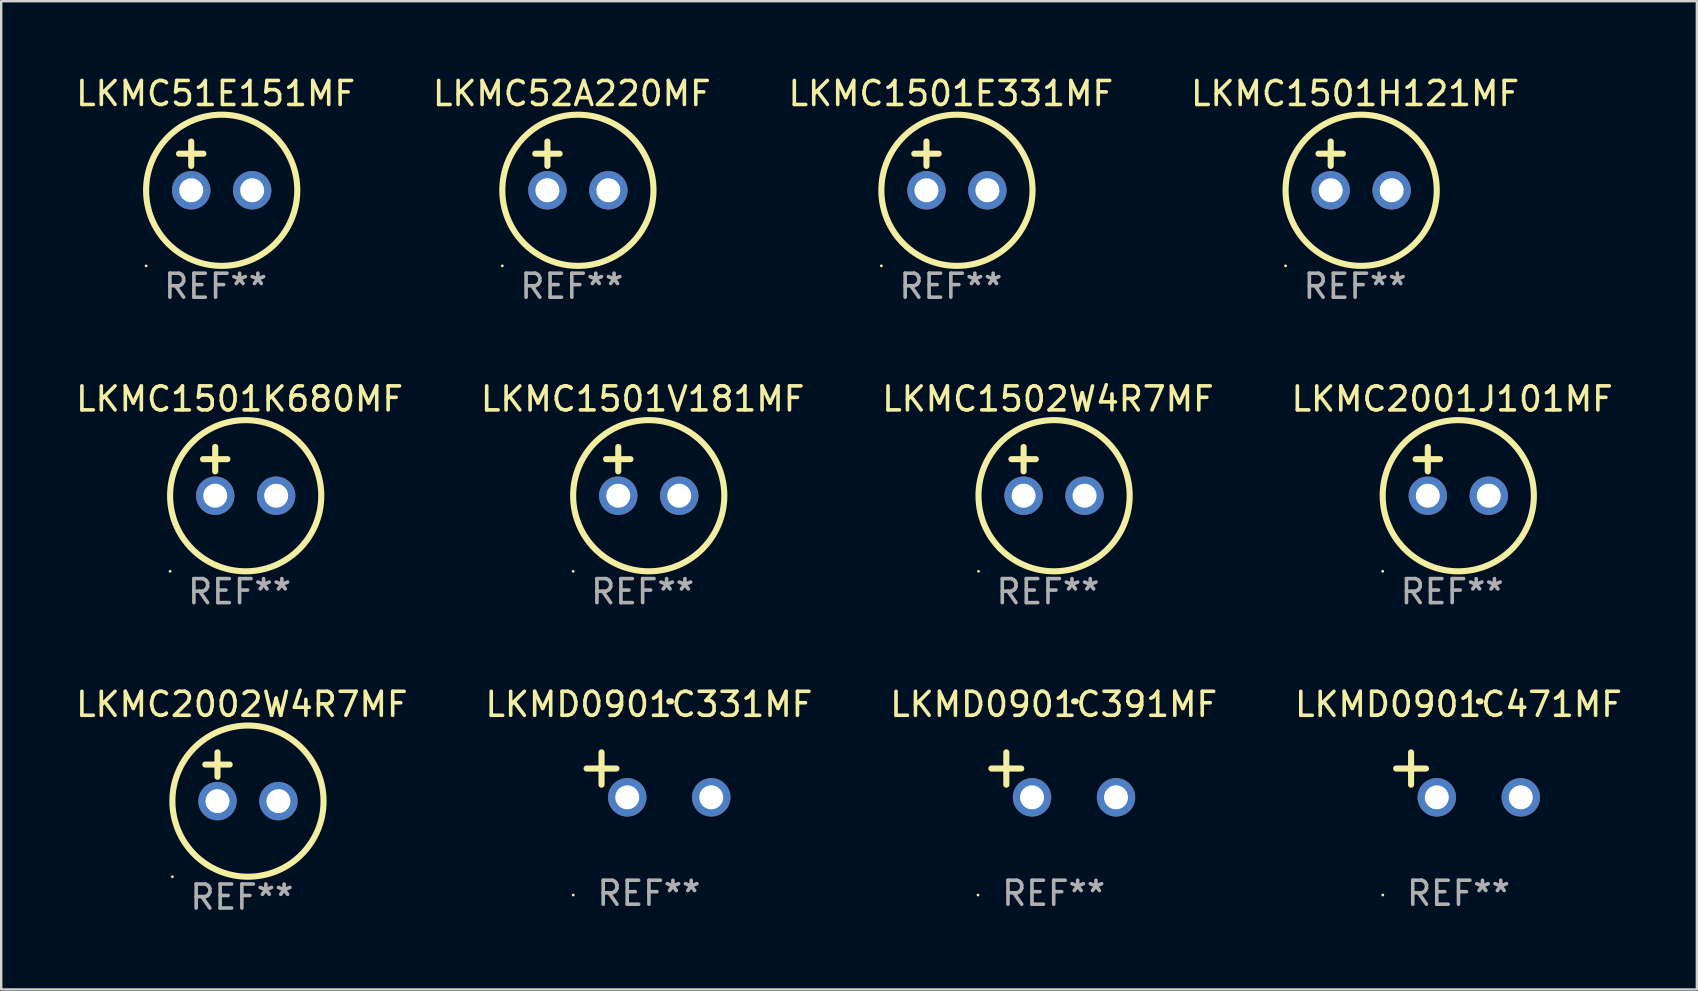
<source format=kicad_pcb>
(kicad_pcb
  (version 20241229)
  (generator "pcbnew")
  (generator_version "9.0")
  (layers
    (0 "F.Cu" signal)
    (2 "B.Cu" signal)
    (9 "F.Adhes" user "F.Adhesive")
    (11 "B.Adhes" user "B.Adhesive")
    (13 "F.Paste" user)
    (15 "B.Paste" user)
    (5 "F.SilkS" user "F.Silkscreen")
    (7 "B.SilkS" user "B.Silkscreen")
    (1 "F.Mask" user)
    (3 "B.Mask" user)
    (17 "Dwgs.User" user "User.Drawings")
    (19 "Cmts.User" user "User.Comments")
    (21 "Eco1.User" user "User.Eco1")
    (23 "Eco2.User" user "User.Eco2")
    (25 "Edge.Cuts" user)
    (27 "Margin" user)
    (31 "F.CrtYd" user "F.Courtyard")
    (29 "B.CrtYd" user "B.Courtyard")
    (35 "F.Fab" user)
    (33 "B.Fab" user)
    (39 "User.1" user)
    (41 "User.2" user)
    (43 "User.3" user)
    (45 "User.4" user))
  (footprint "LKMD0901C471MF"
    (layer "F.Cu")
    (at 57.732 29.242)
    (property "Reference" "LKMD0901C471MF" (at 0 -2.937 0) (layer "F.SilkS") (effects (font (size 1 1) (thickness 0.15))))
    (attr through_hole)
    (fp_line (start -1.975 0.41) (end -1.975 -0.937) (stroke (width 0.254) (type solid)) (layer "F.SilkS"))
    (fp_line (start -1.353 -0.263) (end -2.597 -0.263) (stroke (width 0.254) (type solid)) (layer "F.SilkS"))
    (fp_arc (start 0.849809 -3.063957) (mid 0.885369 -3.064114) (end 0.920929 -3.063957) (stroke (width 0.254001) (type solid)) (layer "F.SilkS"))
    (fp_circle (center -3.154 5.008) (end -3.124 5.008) (stroke (width 0.06) (type solid)) (fill no) (layer "F.SilkS"))
    (fp_text user "REF**" (at 0 4.937 0) (layer "F.Fab") (effects (font (size 1 1) (thickness 0.15))))
    (pad "1" thru_hole circle (at -0.903 0.937) (size 1.6 1.6) (drill 1) (layers "*.Cu" "*.Mask"))
    (pad "2" thru_hole circle (at 2.597 0.937) (size 1.6 1.6) (drill 1) (layers "*.Cu" "*.Mask")))
  (footprint "LKMC2002W4R7MF"
    (layer "F.Cu")
    (at 7.03 29.321)
    (property "Reference" "LKMC2002W4R7MF" (at 0 -3.016 0) (layer "F.SilkS") (effects (font (size 1 1) (thickness 0.15))))
    (attr through_hole)
    (fp_line (start -1.524 -0.508) (end -0.508 -0.508) (stroke (width 0.254) (type solid)) (layer "F.SilkS"))
    (fp_line (start -1.016 -1.016) (end -1.016 0) (stroke (width 0.254) (type solid)) (layer "F.SilkS"))
    (fp_circle (center -2.896 4.166) (end -2.866 4.166) (stroke (width 0.06) (type solid)) (fill no) (layer "F.SilkS"))
    (fp_circle (center 0.254 1.016) (end 3.404 1.016) (stroke (width 0.254) (type solid)) (fill no) (layer "F.SilkS"))
    (fp_text user "REF**" (at 0 5.016 0) (layer "F.Fab") (effects (font (size 1 1) (thickness 0.15))))
    (pad "1" thru_hole circle (at -1.016 1.016) (size 1.6 1.6) (drill 1) (layers "*.Cu" "*.Mask"))
    (pad "2" thru_hole circle (at 1.524 1.016) (size 1.6 1.6) (drill 1) (layers "*.Cu" "*.Mask")))
  (footprint "LKMD0901C331MF"
    (layer "F.Cu")
    (at 23.994 29.242)
    (property "Reference" "LKMD0901C331MF" (at 0 -2.937 0) (layer "F.SilkS") (effects (font (size 1 1) (thickness 0.15))))
    (attr through_hole)
    (fp_line (start -1.975 0.41) (end -1.975 -0.937) (stroke (width 0.254) (type solid)) (layer "F.SilkS"))
    (fp_line (start -1.353 -0.263) (end -2.597 -0.263) (stroke (width 0.254) (type solid)) (layer "F.SilkS"))
    (fp_arc (start 0.849809 -3.063957) (mid 0.885369 -3.064114) (end 0.920929 -3.063957) (stroke (width 0.254001) (type solid)) (layer "F.SilkS"))
    (fp_circle (center -3.154 5.008) (end -3.124 5.008) (stroke (width 0.06) (type solid)) (fill no) (layer "F.SilkS"))
    (fp_text user "REF**" (at 0 4.937 0) (layer "F.Fab") (effects (font (size 1 1) (thickness 0.15))))
    (pad "1" thru_hole circle (at -0.903 0.937) (size 1.6 1.6) (drill 1) (layers "*.Cu" "*.Mask"))
    (pad "2" thru_hole circle (at 2.597 0.937) (size 1.6 1.6) (drill 1) (layers "*.Cu" "*.Mask")))
  (footprint "LKMC2001J101MF"
    (layer "F.Cu")
    (at 57.47 16.593)
    (property "Reference" "LKMC2001J101MF" (at 0 -3.016 0) (layer "F.SilkS") (effects (font (size 1 1) (thickness 0.15))))
    (attr through_hole)
    (fp_line (start -1.524 -0.508) (end -0.508 -0.508) (stroke (width 0.254) (type solid)) (layer "F.SilkS"))
    (fp_line (start -1.016 -1.016) (end -1.016 0) (stroke (width 0.254) (type solid)) (layer "F.SilkS"))
    (fp_circle (center -2.896 4.166) (end -2.866 4.166) (stroke (width 0.06) (type solid)) (fill no) (layer "F.SilkS"))
    (fp_circle (center 0.254 1.016) (end 3.404 1.016) (stroke (width 0.254) (type solid)) (fill no) (layer "F.SilkS"))
    (fp_text user "REF**" (at 0 5.016 0) (layer "F.Fab") (effects (font (size 1 1) (thickness 0.15))))
    (pad "1" thru_hole circle (at -1.016 1.016) (size 1.6 1.6) (drill 1) (layers "*.Cu" "*.Mask"))
    (pad "2" thru_hole circle (at 1.524 1.016) (size 1.6 1.6) (drill 1) (layers "*.Cu" "*.Mask")))
  (footprint "LKMC1502W4R7MF"
    (layer "F.Cu")
    (at 40.625 16.593)
    (property "Reference" "LKMC1502W4R7MF" (at 0 -3.016 0) (layer "F.SilkS") (effects (font (size 1 1) (thickness 0.15))))
    (attr through_hole)
    (fp_line (start -1.524 -0.508) (end -0.508 -0.508) (stroke (width 0.254) (type solid)) (layer "F.SilkS"))
    (fp_line (start -1.016 -1.016) (end -1.016 0) (stroke (width 0.254) (type solid)) (layer "F.SilkS"))
    (fp_circle (center -2.896 4.166) (end -2.866 4.166) (stroke (width 0.06) (type solid)) (fill no) (layer "F.SilkS"))
    (fp_circle (center 0.254 1.016) (end 3.404 1.016) (stroke (width 0.254) (type solid)) (fill no) (layer "F.SilkS"))
    (fp_text user "REF**" (at 0 5.016 0) (layer "F.Fab") (effects (font (size 1 1) (thickness 0.15))))
    (pad "1" thru_hole circle (at -1.016 1.016) (size 1.6 1.6) (drill 1) (layers "*.Cu" "*.Mask"))
    (pad "2" thru_hole circle (at 1.524 1.016) (size 1.6 1.6) (drill 1) (layers "*.Cu" "*.Mask")))
  (footprint "LKMC1501E331MF"
    (layer "F.Cu")
    (at 36.577 3.864)
    (property "Reference" "LKMC1501E331MF" (at 0 -3.016 0) (layer "F.SilkS") (effects (font (size 1 1) (thickness 0.15))))
    (attr through_hole)
    (fp_line (start -1.524 -0.508) (end -0.508 -0.508) (stroke (width 0.254) (type solid)) (layer "F.SilkS"))
    (fp_line (start -1.016 -1.016) (end -1.016 0) (stroke (width 0.254) (type solid)) (layer "F.SilkS"))
    (fp_circle (center -2.896 4.166) (end -2.866 4.166) (stroke (width 0.06) (type solid)) (fill no) (layer "F.SilkS"))
    (fp_circle (center 0.254 1.016) (end 3.404 1.016) (stroke (width 0.254) (type solid)) (fill no) (layer "F.SilkS"))
    (fp_text user "REF**" (at 0 5.016 0) (layer "F.Fab") (effects (font (size 1 1) (thickness 0.15))))
    (pad "1" thru_hole circle (at -1.016 1.016) (size 1.6 1.6) (drill 1) (layers "*.Cu" "*.Mask"))
    (pad "2" thru_hole circle (at 1.524 1.016) (size 1.6 1.6) (drill 1) (layers "*.Cu" "*.Mask")))
  (footprint "LKMC1501K680MF"
    (layer "F.Cu")
    (at 6.935 16.593)
    (property "Reference" "LKMC1501K680MF" (at 0 -3.016 0) (layer "F.SilkS") (effects (font (size 1 1) (thickness 0.15))))
    (attr through_hole)
    (fp_line (start -1.524 -0.508) (end -0.508 -0.508) (stroke (width 0.254) (type solid)) (layer "F.SilkS"))
    (fp_line (start -1.016 -1.016) (end -1.016 0) (stroke (width 0.254) (type solid)) (layer "F.SilkS"))
    (fp_circle (center -2.896 4.166) (end -2.866 4.166) (stroke (width 0.06) (type solid)) (fill no) (layer "F.SilkS"))
    (fp_circle (center 0.254 1.016) (end 3.404 1.016) (stroke (width 0.254) (type solid)) (fill no) (layer "F.SilkS"))
    (fp_text user "REF**" (at 0 5.016 0) (layer "F.Fab") (effects (font (size 1 1) (thickness 0.15))))
    (pad "1" thru_hole circle (at -1.016 1.016) (size 1.6 1.6) (drill 1) (layers "*.Cu" "*.Mask"))
    (pad "2" thru_hole circle (at 1.524 1.016) (size 1.6 1.6) (drill 1) (layers "*.Cu" "*.Mask")))
  (footprint "LKMC51E151MF"
    (layer "F.Cu")
    (at 5.935 3.864)
    (property "Reference" "LKMC51E151MF" (at 0 -3.016 0) (layer "F.SilkS") (effects (font (size 1 1) (thickness 0.15))))
    (attr through_hole)
    (fp_line (start -1.524 -0.508) (end -0.508 -0.508) (stroke (width 0.254) (type solid)) (layer "F.SilkS"))
    (fp_line (start -1.016 -1.016) (end -1.016 0) (stroke (width 0.254) (type solid)) (layer "F.SilkS"))
    (fp_circle (center -2.896 4.166) (end -2.866 4.166) (stroke (width 0.06) (type solid)) (fill no) (layer "F.SilkS"))
    (fp_circle (center 0.254 1.016) (end 3.404 1.016) (stroke (width 0.254) (type solid)) (fill no) (layer "F.SilkS"))
    (fp_text user "REF**" (at 0 5.016 0) (layer "F.Fab") (effects (font (size 1 1) (thickness 0.15))))
    (pad "1" thru_hole circle (at -1.016 1.016) (size 1.6 1.6) (drill 1) (layers "*.Cu" "*.Mask"))
    (pad "2" thru_hole circle (at 1.524 1.016) (size 1.6 1.6) (drill 1) (layers "*.Cu" "*.Mask")))
  (footprint "LKMD0901C391MF"
    (layer "F.Cu")
    (at 40.863 29.242)
    (property "Reference" "LKMD0901C391MF" (at 0 -2.937 0) (layer "F.SilkS") (effects (font (size 1 1) (thickness 0.15))))
    (attr through_hole)
    (fp_line (start -1.975 0.41) (end -1.975 -0.937) (stroke (width 0.254) (type solid)) (layer "F.SilkS"))
    (fp_line (start -1.353 -0.263) (end -2.597 -0.263) (stroke (width 0.254) (type solid)) (layer "F.SilkS"))
    (fp_arc (start 0.849809 -3.063957) (mid 0.885369 -3.064114) (end 0.920929 -3.063957) (stroke (width 0.254001) (type solid)) (layer "F.SilkS"))
    (fp_circle (center -3.154 5.008) (end -3.124 5.008) (stroke (width 0.06) (type solid)) (fill no) (layer "F.SilkS"))
    (fp_text user "REF**" (at 0 4.937 0) (layer "F.Fab") (effects (font (size 1 1) (thickness 0.15))))
    (pad "1" thru_hole circle (at -0.903 0.937) (size 1.6 1.6) (drill 1) (layers "*.Cu" "*.Mask"))
    (pad "2" thru_hole circle (at 2.597 0.937) (size 1.6 1.6) (drill 1) (layers "*.Cu" "*.Mask")))
  (footprint "LKMC1501V181MF"
    (layer "F.Cu")
    (at 23.732 16.593)
    (property "Reference" "LKMC1501V181MF" (at 0 -3.016 0) (layer "F.SilkS") (effects (font (size 1 1) (thickness 0.15))))
    (attr through_hole)
    (fp_line (start -1.524 -0.508) (end -0.508 -0.508) (stroke (width 0.254) (type solid)) (layer "F.SilkS"))
    (fp_line (start -1.016 -1.016) (end -1.016 0) (stroke (width 0.254) (type solid)) (layer "F.SilkS"))
    (fp_circle (center -2.896 4.166) (end -2.866 4.166) (stroke (width 0.06) (type solid)) (fill no) (layer "F.SilkS"))
    (fp_circle (center 0.254 1.016) (end 3.404 1.016) (stroke (width 0.254) (type solid)) (fill no) (layer "F.SilkS"))
    (fp_text user "REF**" (at 0 5.016 0) (layer "F.Fab") (effects (font (size 1 1) (thickness 0.15))))
    (pad "1" thru_hole circle (at -1.016 1.016) (size 1.6 1.6) (drill 1) (layers "*.Cu" "*.Mask"))
    (pad "2" thru_hole circle (at 1.524 1.016) (size 1.6 1.6) (drill 1) (layers "*.Cu" "*.Mask")))
  (footprint "LKMC1501H121MF"
    (layer "F.Cu")
    (at 53.423 3.864)
    (property "Reference" "LKMC1501H121MF" (at 0 -3.016 0) (layer "F.SilkS") (effects (font (size 1 1) (thickness 0.15))))
    (attr through_hole)
    (fp_line (start -1.524 -0.508) (end -0.508 -0.508) (stroke (width 0.254) (type solid)) (layer "F.SilkS"))
    (fp_line (start -1.016 -1.016) (end -1.016 0) (stroke (width 0.254) (type solid)) (layer "F.SilkS"))
    (fp_circle (center -2.896 4.166) (end -2.866 4.166) (stroke (width 0.06) (type solid)) (fill no) (layer "F.SilkS"))
    (fp_circle (center 0.254 1.016) (end 3.404 1.016) (stroke (width 0.254) (type solid)) (fill no) (layer "F.SilkS"))
    (fp_text user "REF**" (at 0 5.016 0) (layer "F.Fab") (effects (font (size 1 1) (thickness 0.15))))
    (pad "1" thru_hole circle (at -1.016 1.016) (size 1.6 1.6) (drill 1) (layers "*.Cu" "*.Mask"))
    (pad "2" thru_hole circle (at 1.524 1.016) (size 1.6 1.6) (drill 1) (layers "*.Cu" "*.Mask")))
  (footprint "LKMC52A220MF"
    (layer "F.Cu")
    (at 20.78 3.864)
    (property "Reference" "LKMC52A220MF" (at 0 -3.016 0) (layer "F.SilkS") (effects (font (size 1 1) (thickness 0.15))))
    (attr through_hole)
    (fp_line (start -1.524 -0.508) (end -0.508 -0.508) (stroke (width 0.254) (type solid)) (layer "F.SilkS"))
    (fp_line (start -1.016 -1.016) (end -1.016 0) (stroke (width 0.254) (type solid)) (layer "F.SilkS"))
    (fp_circle (center -2.896 4.166) (end -2.866 4.166) (stroke (width 0.06) (type solid)) (fill no) (layer "F.SilkS"))
    (fp_circle (center 0.254 1.016) (end 3.404 1.016) (stroke (width 0.254) (type solid)) (fill no) (layer "F.SilkS"))
    (fp_text user "REF**" (at 0 5.016 0) (layer "F.Fab") (effects (font (size 1 1) (thickness 0.15))))
    (pad "1" thru_hole circle (at -1.016 1.016) (size 1.6 1.6) (drill 1) (layers "*.Cu" "*.Mask"))
    (pad "2" thru_hole circle (at 1.524 1.016) (size 1.6 1.6) (drill 1) (layers "*.Cu" "*.Mask")))
  (gr_rect
    (start -3 -3)
    (end 67.667 38.186)
    (stroke (width 0.1) (type default))
    (fill no)
    (layer "Edge.Cuts")))
</source>
